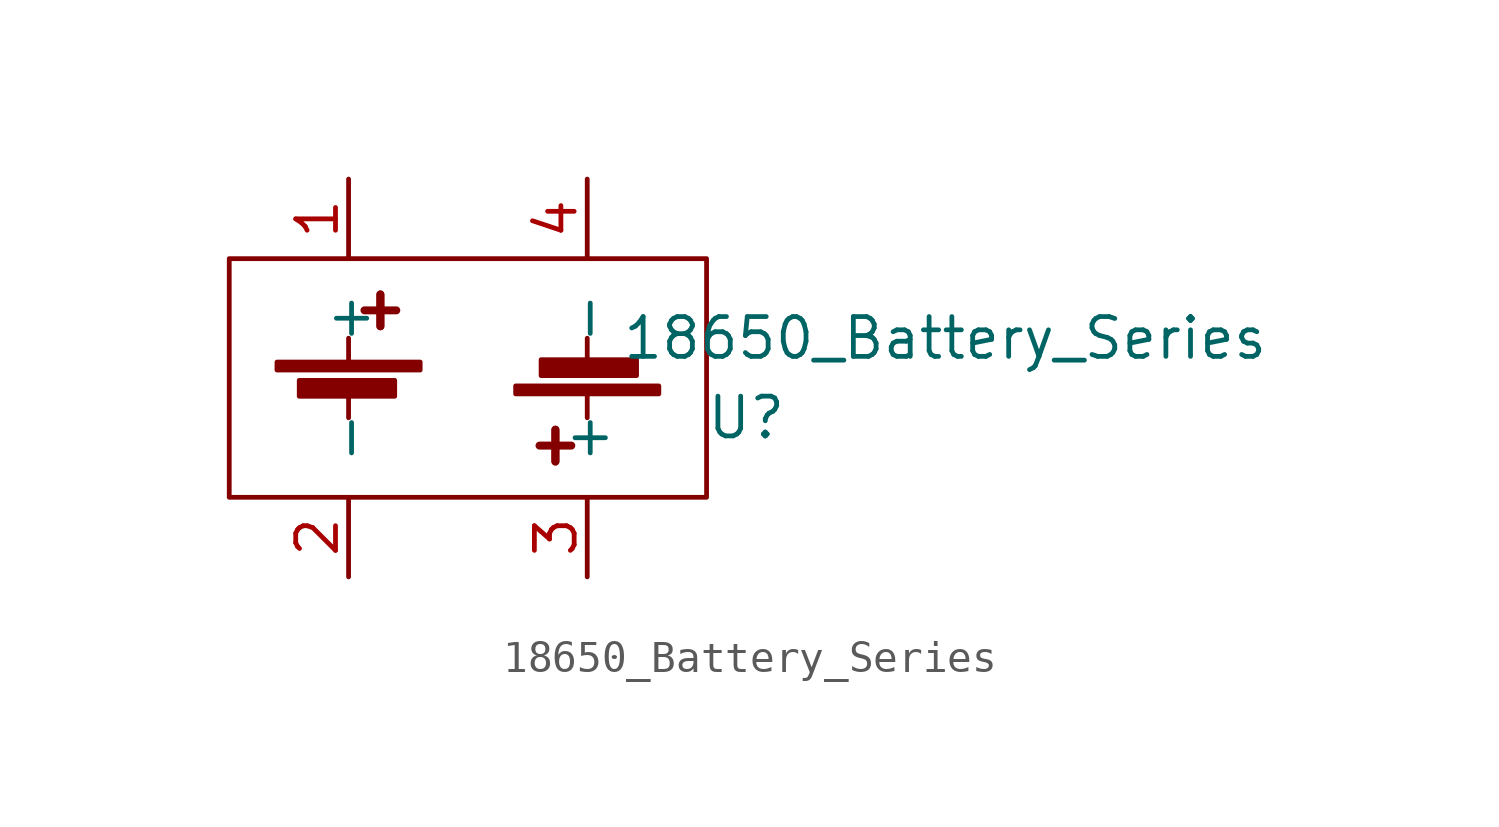
<source format=kicad_sym>
(kicad_symbol_lib
  (version 20211014)
  (generator kicad_symbol_editor)
  (symbol "18650_Battery_Series"
    (pin_names
      (offset 1.016))
    (property "Reference" "U"
      (at 8.89 -1.27 0)
      (effects (font (size 1.27 1.27))))
    (property "Value" "18650_Battery_Series"
      (at 15.24 1.27 0)
      (effects (font (size 1.27 1.27))))
    (symbol "18650_Battery_Series_0_1"
      (rectangle (start -7.62 3.81) (end 7.62 -3.81) (stroke (width 0) (type default) (color 0 0 0 0)) (fill (type none))))
    (symbol "18650_Battery_Series_1_1"
      (rectangle (start -6.096 0.508) (end -1.524 0.254) (stroke (width 0) (type default) (color 0 0 0 0)) (fill (type outline)))
      (rectangle (start -5.385 -0.076) (end -2.337 -0.584) (stroke (width 0) (type default) (color 0 0 0 0)) (fill (type outline)))
      (polyline (pts (xy -3.81 -0.508) (xy -3.81 -1.27)) (stroke (width 0) (type default) (color 0 0 0 0)) (fill (type none)))
      (polyline (pts (xy -3.81 0.508) (xy -3.81 1.27)) (stroke (width 0) (type default) (color 0 0 0 0)) (fill (type none)))
      (polyline (pts (xy -3.302 2.159) (xy -2.286 2.159)) (stroke (width 0.254) (type default) (color 0 0 0 0)) (fill (type none)))
      (polyline (pts (xy -2.794 2.667) (xy -2.794 1.651)) (stroke (width 0.254) (type default) (color 0 0 0 0)) (fill (type none)))
      (polyline (pts (xy -2.794 2.667) (xy -2.794 1.651)) (stroke (width 0.254) (type default) (color 0 0 0 0)) (fill (type none)))
      (polyline (pts (xy 2.794 -2.667) (xy 2.794 -1.651)) (stroke (width 0.254) (type default) (color 0 0 0 0)) (fill (type none)))
      (polyline (pts (xy 2.794 -2.667) (xy 2.794 -1.651)) (stroke (width 0.254) (type default) (color 0 0 0 0)) (fill (type none)))
      (polyline (pts (xy 3.302 -2.159) (xy 2.286 -2.159)) (stroke (width 0.254) (type default) (color 0 0 0 0)) (fill (type none)))
      (polyline (pts (xy 3.81 -0.508) (xy 3.81 -1.27)) (stroke (width 0) (type default) (color 0 0 0 0)) (fill (type none)))
      (polyline (pts (xy 3.81 0.508) (xy 3.81 1.27)) (stroke (width 0) (type default) (color 0 0 0 0)) (fill (type none)))
      (rectangle (start 5.385 0.076) (end 2.337 0.584) (stroke (width 0) (type default) (color 0 0 0 0)) (fill (type outline)))
      (rectangle (start 6.096 -0.508) (end 1.524 -0.254) (stroke (width 0) (type default) (color 0 0 0 0)) (fill (type outline)))
      (pin power_in line (at -3.81 6.35 270) (length 2.54) (name "+" (effects (font (size 1.27 1.27)))) (number "1" (effects (font (size 1.27 1.27)))))
      (pin power_out line (at -3.81 -6.35 90) (length 2.54) (name "-" (effects (font (size 1.27 1.27)))) (number "2" (effects (font (size 1.27 1.27)))))
      (pin power_in line (at 3.81 -6.35 90) (length 2.54) (name "+" (effects (font (size 1.27 1.27)))) (number "3" (effects (font (size 1.27 1.27)))))
      (pin power_out line (at 3.81 6.35 270) (length 2.54) (name "-" (effects (font (size 1.27 1.27)))) (number "4" (effects (font (size 1.27 1.27))))))))
</source>
